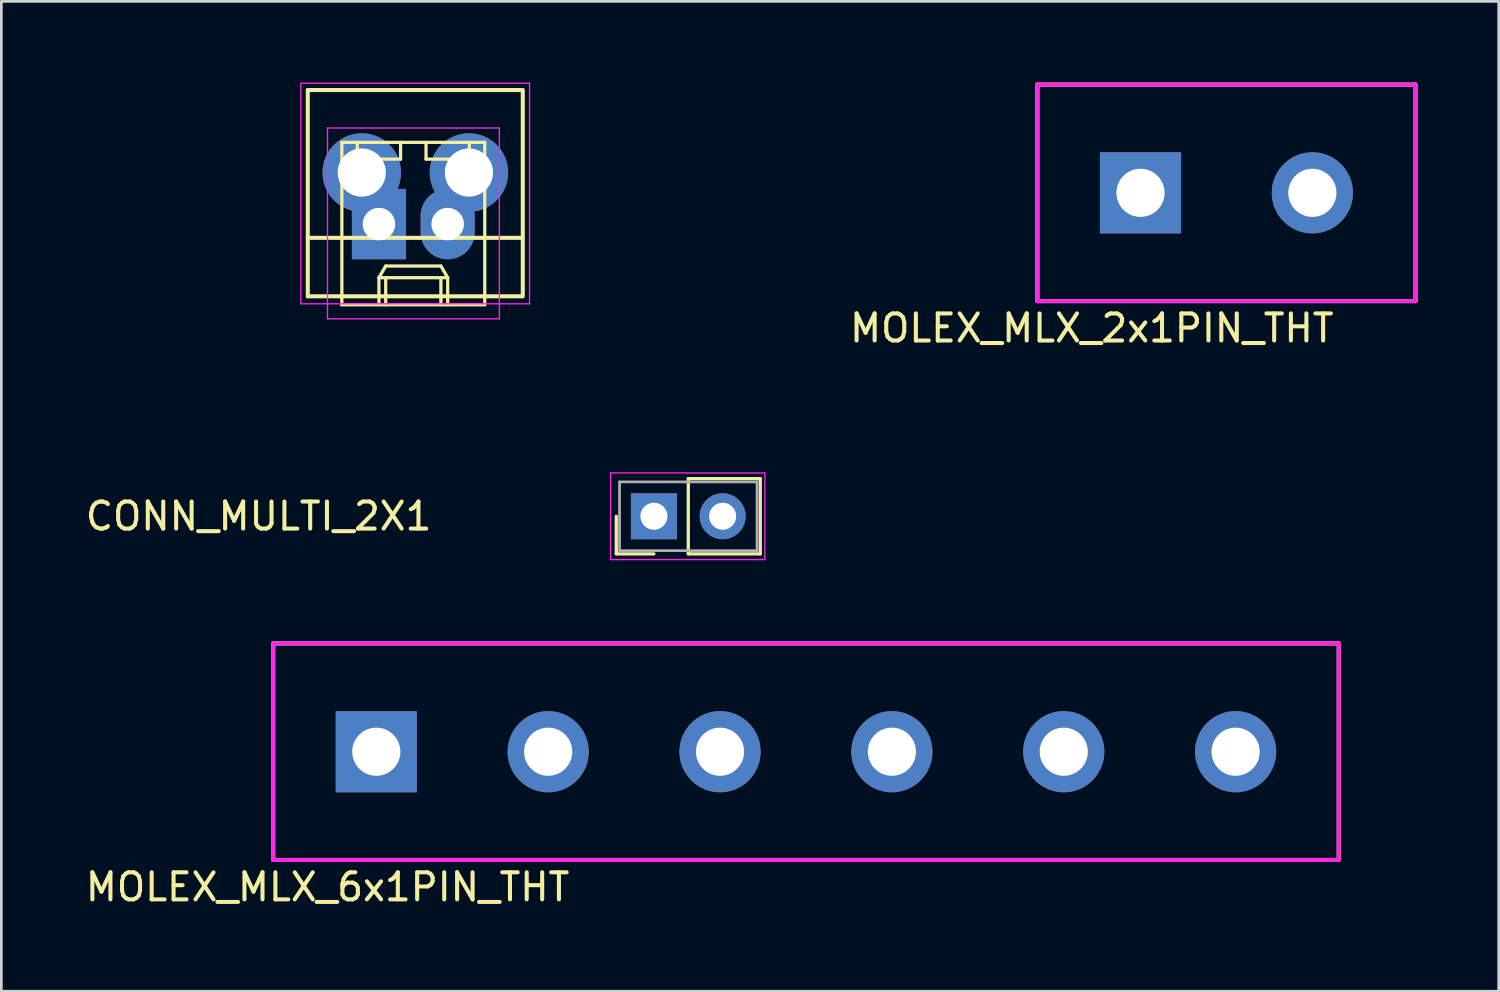
<source format=kicad_pcb>
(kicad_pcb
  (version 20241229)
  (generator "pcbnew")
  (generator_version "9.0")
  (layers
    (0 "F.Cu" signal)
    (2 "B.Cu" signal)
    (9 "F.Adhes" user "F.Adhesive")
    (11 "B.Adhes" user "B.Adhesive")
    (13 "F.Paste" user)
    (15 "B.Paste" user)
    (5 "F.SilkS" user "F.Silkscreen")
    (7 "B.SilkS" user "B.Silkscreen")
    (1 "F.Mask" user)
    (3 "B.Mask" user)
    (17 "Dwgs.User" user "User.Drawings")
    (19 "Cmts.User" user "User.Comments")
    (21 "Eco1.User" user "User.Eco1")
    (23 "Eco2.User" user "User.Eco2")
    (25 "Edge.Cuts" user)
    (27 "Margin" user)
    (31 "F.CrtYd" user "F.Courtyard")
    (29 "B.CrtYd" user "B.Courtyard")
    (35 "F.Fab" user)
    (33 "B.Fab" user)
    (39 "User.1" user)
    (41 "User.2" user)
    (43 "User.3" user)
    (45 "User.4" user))
  (footprint "MOLEX_MLX_2x1PIN_THT"
    (layer "F.Cu")
    (at 39.09 4.075)
    (property "Reference" "MOLEX_MLX_2x1PIN_THT" (at -1.8 5 0) (layer "F.SilkS") (effects (font (size 1 1) (thickness 0.15))))
    (attr through_hole)
    (fp_line (start -3.81 -4) (end 10.16 -4) (stroke (width 0.15) (type solid)) (layer "F.SilkS"))
    (fp_line (start -3.81 4) (end -3.81 -4) (stroke (width 0.15) (type solid)) (layer "F.SilkS"))
    (fp_line (start 10.16 4) (end -3.81 4) (stroke (width 0.15) (type solid)) (layer "F.SilkS"))
    (fp_line (start 10.16 4) (end 10.16 -4) (stroke (width 0.15) (type solid)) (layer "F.SilkS"))
    (fp_line (start -3.81 -4) (end 10.16 -4) (stroke (width 0.15) (type solid)) (layer "F.CrtYd"))
    (fp_line (start -3.81 4) (end -3.81 -4) (stroke (width 0.15) (type solid)) (layer "F.CrtYd"))
    (fp_line (start 10.16 4) (end -3.81 4) (stroke (width 0.15) (type solid)) (layer "F.CrtYd"))
    (fp_line (start 10.16 4) (end 10.16 -4) (stroke (width 0.15) (type solid)) (layer "F.CrtYd"))
    (pad "1" thru_hole rect (at 0 0) (size 3 3) (drill 1.78) (layers "*.Cu" "*.Mask"))
    (pad "2" thru_hole circle (at 6.35 0) (size 3 3) (drill 1.78) (layers "*.Cu" "*.Mask")))
  (footprint "MOLEX_MLX_6x1PIN_THT"
    (layer "F.Cu")
    (at 10.854 24.725)
    (property "Reference" "MOLEX_MLX_6x1PIN_THT" (at -1.8 5 0) (layer "F.SilkS") (effects (font (size 1 1) (thickness 0.15))))
    (attr through_hole)
    (fp_line (start -3.81 -4) (end 35.56 -4) (stroke (width 0.15) (type solid)) (layer "F.SilkS"))
    (fp_line (start -3.81 4) (end -3.81 -4) (stroke (width 0.15) (type solid)) (layer "F.SilkS"))
    (fp_line (start -3.81 4) (end 35.56 4) (stroke (width 0.15) (type solid)) (layer "F.SilkS"))
    (fp_line (start 35.56 4) (end 35.56 -4) (stroke (width 0.15) (type solid)) (layer "F.SilkS"))
    (fp_line (start -3.81 -4) (end 35.56 -4) (stroke (width 0.15) (type solid)) (layer "F.CrtYd"))
    (fp_line (start -3.81 4) (end -3.81 -4) (stroke (width 0.15) (type solid)) (layer "F.CrtYd"))
    (fp_line (start -3.81 4) (end 35.56 4) (stroke (width 0.15) (type solid)) (layer "F.CrtYd"))
    (fp_line (start 35.56 4) (end 35.56 -4) (stroke (width 0.15) (type solid)) (layer "F.CrtYd"))
    (pad "1" thru_hole rect (at 0 0) (size 3 3) (drill 1.78) (layers "*.Cu" "*.Mask"))
    (pad "2" thru_hole circle (at 6.35 0) (size 3 3) (drill 1.78) (layers "*.Cu" "*.Mask"))
    (pad "3" thru_hole circle (at 12.7 0) (size 3 3) (drill 1.78) (layers "*.Cu" "*.Mask"))
    (pad "4" thru_hole circle (at 19.05 0) (size 3 3) (drill 1.78) (layers "*.Cu" "*.Mask"))
    (pad "5" thru_hole circle (at 25.4 0) (size 3 3) (drill 1.78) (layers "*.Cu" "*.Mask"))
    (pad "6" thru_hole circle (at 31.75 0) (size 3 3) (drill 1.78) (layers "*.Cu" "*.Mask")))
  (footprint "CONN_MULTI_2X1"
    (layer "F.Cu")
    (at 10.951 5.23)
    (property "Reference" "CONN_MULTI_2X1" (at -4.445 10.795 0) (layer "F.SilkS") (effects (font (size 1 1) (thickness 0.15))))
    (attr through_hole)
    (fp_line (start -2.629 -4.953) (end -2.629 2.667) (stroke (width 0.15) (type solid)) (layer "F.SilkS"))
    (fp_line (start -2.629 -4.953) (end 5.296 -4.953) (stroke (width 0.15) (type solid)) (layer "F.SilkS"))
    (fp_line (start -2.629 0.508) (end 5.296 0.508) (stroke (width 0.15) (type solid)) (layer "F.SilkS"))
    (fp_line (start -2.629 2.667) (end 5.296 2.667) (stroke (width 0.15) (type solid)) (layer "F.SilkS"))
    (fp_line (start -1.37 -3.02) (end -1.37 2.98) (stroke (width 0.12) (type solid)) (layer "F.SilkS"))
    (fp_line (start -1.37 2.98) (end 3.91 2.98) (stroke (width 0.12) (type solid)) (layer "F.SilkS"))
    (fp_line (start -0.8 -3.02) (end -0.8 -2.4) (stroke (width 0.12) (type solid)) (layer "F.SilkS"))
    (fp_line (start -0.8 -2.4) (end 0.8 -2.4) (stroke (width 0.12) (type solid)) (layer "F.SilkS"))
    (fp_line (start 0 1.98) (end 0.25 1.55) (stroke (width 0.12) (type solid)) (layer "F.SilkS"))
    (fp_line (start 0 1.98) (end 2.54 1.98) (stroke (width 0.12) (type solid)) (layer "F.SilkS"))
    (fp_line (start 0 2.98) (end 0 1.98) (stroke (width 0.12) (type solid)) (layer "F.SilkS"))
    (fp_line (start 0.25 1.55) (end 2.29 1.55) (stroke (width 0.12) (type solid)) (layer "F.SilkS"))
    (fp_line (start 0.25 2.98) (end 0.25 1.98) (stroke (width 0.12) (type solid)) (layer "F.SilkS"))
    (fp_line (start 0.8 -2.4) (end 0.8 -3.02) (stroke (width 0.12) (type solid)) (layer "F.SilkS"))
    (fp_line (start 1.74 -3.02) (end 1.74 -2.4) (stroke (width 0.12) (type solid)) (layer "F.SilkS"))
    (fp_line (start 1.74 -2.4) (end 3.34 -2.4) (stroke (width 0.12) (type solid)) (layer "F.SilkS"))
    (fp_line (start 2.29 1.55) (end 2.54 1.98) (stroke (width 0.12) (type solid)) (layer "F.SilkS"))
    (fp_line (start 2.29 2.98) (end 2.29 1.98) (stroke (width 0.12) (type solid)) (layer "F.SilkS"))
    (fp_line (start 2.54 1.98) (end 2.54 2.98) (stroke (width 0.12) (type solid)) (layer "F.SilkS"))
    (fp_line (start 3.34 -2.4) (end 3.34 -3.02) (stroke (width 0.12) (type solid)) (layer "F.SilkS"))
    (fp_line (start 3.91 -3.02) (end -1.37 -3.02) (stroke (width 0.12) (type solid)) (layer "F.SilkS"))
    (fp_line (start 3.91 2.98) (end 3.91 -3.02) (stroke (width 0.12) (type solid)) (layer "F.SilkS"))
    (fp_line (start 5.315 -4.953) (end 5.315 2.667) (stroke (width 0.15) (type solid)) (layer "F.SilkS"))
    (fp_line (start 8.77 12.185) (end 8.77 10.795) (stroke (width 0.12) (type solid)) (layer "F.SilkS"))
    (fp_line (start 10.16 12.185) (end 8.77 12.185) (stroke (width 0.12) (type solid)) (layer "F.SilkS"))
    (fp_line (start 11.43 9.405) (end 11.43 12.185) (stroke (width 0.12) (type solid)) (layer "F.SilkS"))
    (fp_line (start 11.43 12.185) (end 14.09 12.185) (stroke (width 0.12) (type solid)) (layer "F.SilkS"))
    (fp_line (start 14.09 9.405) (end 11.43 9.405) (stroke (width 0.12) (type solid)) (layer "F.SilkS"))
    (fp_line (start 14.09 12.185) (end 14.09 9.405) (stroke (width 0.12) (type solid)) (layer "F.SilkS"))
    (fp_line (start -2.885 -5.205) (end 5.565 -5.205) (stroke (width 0.05) (type solid)) (layer "F.CrtYd"))
    (fp_line (start -2.885 2.945) (end -2.885 -5.205) (stroke (width 0.05) (type solid)) (layer "F.CrtYd"))
    (fp_line (start -1.9 -3.55) (end 4.45 -3.55) (stroke (width 0.05) (type solid)) (layer "F.CrtYd"))
    (fp_line (start -1.9 3.5) (end -1.9 -3.55) (stroke (width 0.05) (type solid)) (layer "F.CrtYd"))
    (fp_line (start 4.45 -3.55) (end 4.45 3.5) (stroke (width 0.05) (type solid)) (layer "F.CrtYd"))
    (fp_line (start 4.45 3.5) (end -1.9 3.5) (stroke (width 0.05) (type solid)) (layer "F.CrtYd"))
    (fp_line (start 5.565 -5.205) (end 5.565 2.945) (stroke (width 0.05) (type solid)) (layer "F.CrtYd"))
    (fp_line (start 5.565 2.945) (end -2.885 2.945) (stroke (width 0.05) (type solid)) (layer "F.CrtYd"))
    (fp_line (start 8.56 9.195) (end 8.56 12.395) (stroke (width 0.05) (type solid)) (layer "F.CrtYd"))
    (fp_line (start 8.56 12.395) (end 14.26 12.395) (stroke (width 0.05) (type solid)) (layer "F.CrtYd"))
    (fp_line (start 14.26 9.195) (end 8.56 9.195) (stroke (width 0.05) (type solid)) (layer "F.CrtYd"))
    (fp_line (start 14.26 12.395) (end 14.26 9.195) (stroke (width 0.05) (type solid)) (layer "F.CrtYd"))
    (fp_line (start 8.89 9.525) (end 8.89 12.065) (stroke (width 0.1) (type solid)) (layer "F.Fab"))
    (fp_line (start 8.89 12.065) (end 13.97 12.065) (stroke (width 0.1) (type solid)) (layer "F.Fab"))
    (fp_line (start 13.97 9.525) (end 8.89 9.525) (stroke (width 0.1) (type solid)) (layer "F.Fab"))
    (fp_line (start 13.97 12.065) (end 13.97 9.525) (stroke (width 0.1) (type solid)) (layer "F.Fab"))
    (pad "1" thru_hole circle (at -0.635 -1.905) (size 2.9 2.9) (drill 1.78) (layers "*.Cu" "*.Mask"))
    (pad "1" thru_hole rect (at 0 0) (size 2 2.6) (drill 1.2) (layers "*.Cu" "*.Mask"))
    (pad "1" thru_hole rect (at 10.16 10.795 90) (size 1.7 1.7) (drill 1) (layers "*.Cu" "*.Mask"))
    (pad "2" thru_hole oval (at 2.54 0) (size 2 2.6) (drill 1.2) (layers "*.Cu" "*.Mask"))
    (pad "2" thru_hole circle (at 3.325 -1.905) (size 2.9 2.9) (drill 1.78) (layers "*.Cu" "*.Mask"))
    (pad "2" thru_hole oval (at 12.7 10.795 90) (size 1.7 1.7) (drill 1) (layers "*.Cu" "*.Mask")))
  (gr_rect
    (start -3 -3)
    (end 52.325 33.573)
    (stroke (width 0.1) (type default))
    (fill no)
    (layer "Edge.Cuts")))
</source>
